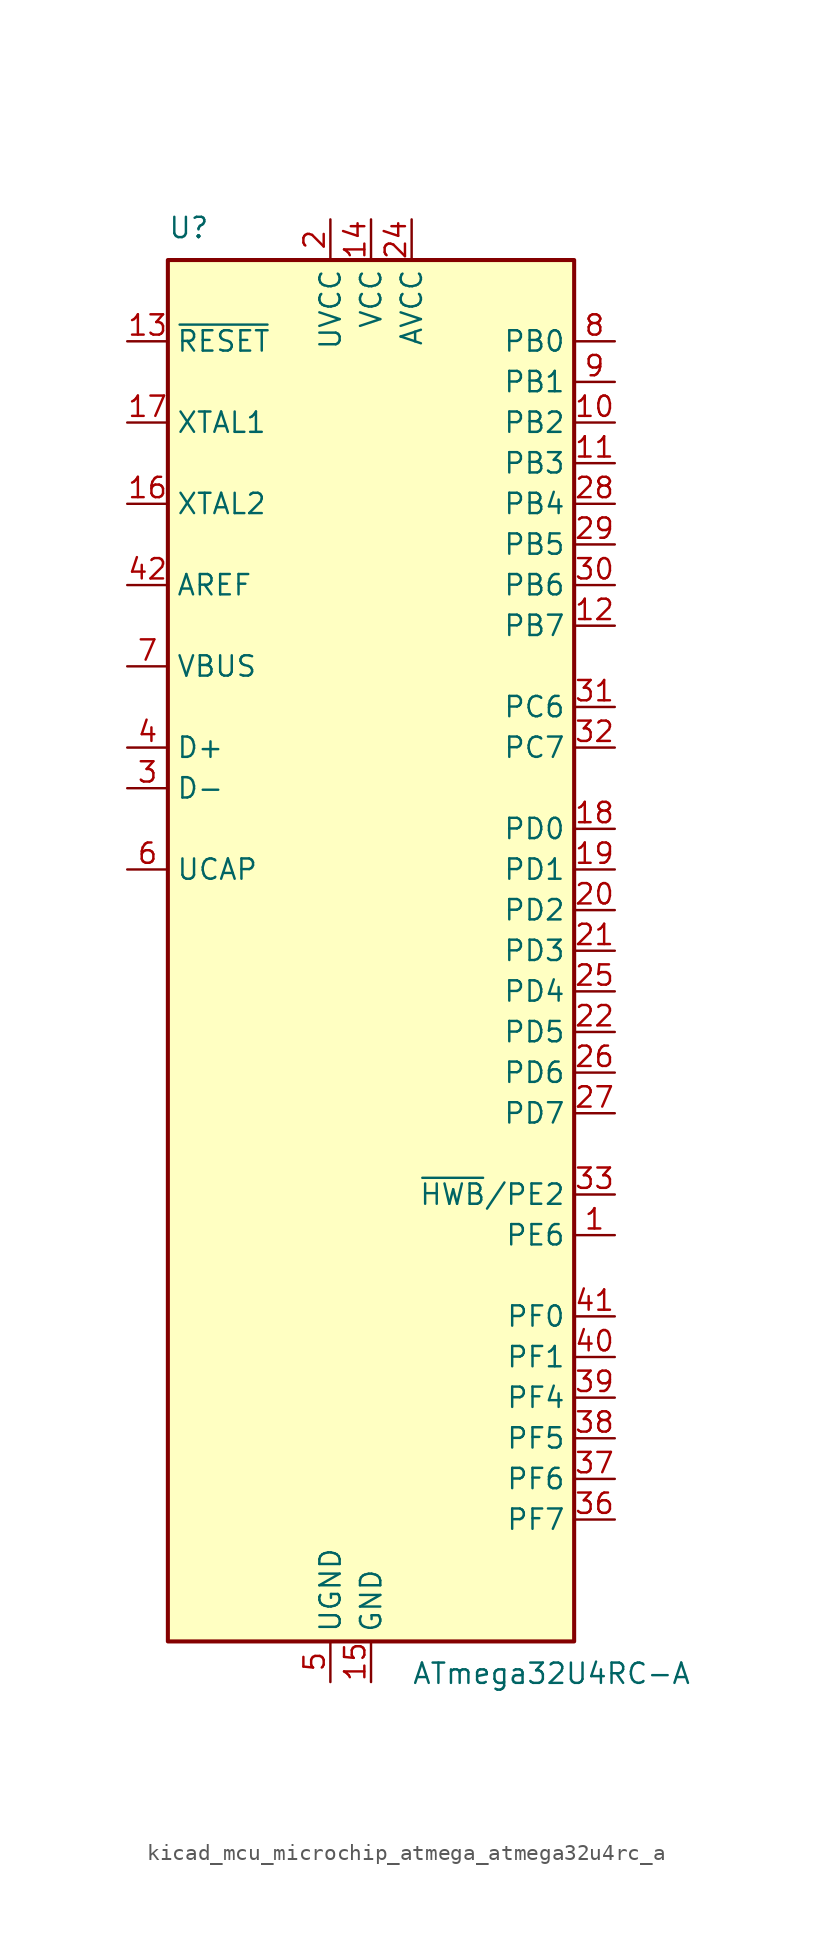
<source format=kicad_sym>
(kicad_symbol_lib
  (version 20220914)
  (generator kicad_symbol_editor)
  (symbol "kicad_mcu_microchip_atmega_atmega32u4rc_a"
    (property "Reference" "U"
      (at -12.7 44.45 0)
      (effects (font (size 1.27 1.27)) (justify left bottom)))
    (property "Value" "ATmega32U4RC-A"
      (at 2.54 -44.45 0)
      (effects (font (size 1.27 1.27)) (justify left top)))
    (symbol "kicad_mcu_microchip_atmega_atmega32u4rc_a_0_1"
      (rectangle (start -12.7 -43.18) (end 12.7 43.18) (stroke (width 0.254) (type default)) (fill (type background))))
    (symbol "kicad_mcu_microchip_atmega_atmega32u4rc_a_1_1"
      (pin bidirectional line (at 15.24 -17.78 180) (length 2.54) (name "PE6" (effects (font (size 1.27 1.27)))) (number "1" (effects (font (size 1.27 1.27)))))
      (pin bidirectional line (at 15.24 33.02 180) (length 2.54) (name "PB2" (effects (font (size 1.27 1.27)))) (number "10" (effects (font (size 1.27 1.27)))))
      (pin bidirectional line (at 15.24 30.48 180) (length 2.54) (name "PB3" (effects (font (size 1.27 1.27)))) (number "11" (effects (font (size 1.27 1.27)))))
      (pin bidirectional line (at 15.24 20.32 180) (length 2.54) (name "PB7" (effects (font (size 1.27 1.27)))) (number "12" (effects (font (size 1.27 1.27)))))
      (pin input line (at -15.24 38.1 0) (length 2.54) (name "~{RESET}" (effects (font (size 1.27 1.27)))) (number "13" (effects (font (size 1.27 1.27)))))
      (pin power_in line (at 0 45.72 270) (length 2.54) (name "VCC" (effects (font (size 1.27 1.27)))) (number "14" (effects (font (size 1.27 1.27)))))
      (pin power_in line (at 0 -45.72 90) (length 2.54) (name "GND" (effects (font (size 1.27 1.27)))) (number "15" (effects (font (size 1.27 1.27)))))
      (pin output line (at -15.24 27.94 0) (length 2.54) (name "XTAL2" (effects (font (size 1.27 1.27)))) (number "16" (effects (font (size 1.27 1.27)))))
      (pin input line (at -15.24 33.02 0) (length 2.54) (name "XTAL1" (effects (font (size 1.27 1.27)))) (number "17" (effects (font (size 1.27 1.27)))))
      (pin bidirectional line (at 15.24 7.62 180) (length 2.54) (name "PD0" (effects (font (size 1.27 1.27)))) (number "18" (effects (font (size 1.27 1.27)))))
      (pin bidirectional line (at 15.24 5.08 180) (length 2.54) (name "PD1" (effects (font (size 1.27 1.27)))) (number "19" (effects (font (size 1.27 1.27)))))
      (pin power_in line (at -2.54 45.72 270) (length 2.54) (name "UVCC" (effects (font (size 1.27 1.27)))) (number "2" (effects (font (size 1.27 1.27)))))
      (pin bidirectional line (at 15.24 2.54 180) (length 2.54) (name "PD2" (effects (font (size 1.27 1.27)))) (number "20" (effects (font (size 1.27 1.27)))))
      (pin bidirectional line (at 15.24 0 180) (length 2.54) (name "PD3" (effects (font (size 1.27 1.27)))) (number "21" (effects (font (size 1.27 1.27)))))
      (pin bidirectional line (at 15.24 -5.08 180) (length 2.54) (name "PD5" (effects (font (size 1.27 1.27)))) (number "22" (effects (font (size 1.27 1.27)))))
      (pin passive line (at 0 -45.72 90) (length 2.54) hide (name "GND" (effects (font (size 1.27 1.27)))) (number "23" (effects (font (size 1.27 1.27)))))
      (pin power_in line (at 2.54 45.72 270) (length 2.54) (name "AVCC" (effects (font (size 1.27 1.27)))) (number "24" (effects (font (size 1.27 1.27)))))
      (pin bidirectional line (at 15.24 -2.54 180) (length 2.54) (name "PD4" (effects (font (size 1.27 1.27)))) (number "25" (effects (font (size 1.27 1.27)))))
      (pin bidirectional line (at 15.24 -7.62 180) (length 2.54) (name "PD6" (effects (font (size 1.27 1.27)))) (number "26" (effects (font (size 1.27 1.27)))))
      (pin bidirectional line (at 15.24 -10.16 180) (length 2.54) (name "PD7" (effects (font (size 1.27 1.27)))) (number "27" (effects (font (size 1.27 1.27)))))
      (pin bidirectional line (at 15.24 27.94 180) (length 2.54) (name "PB4" (effects (font (size 1.27 1.27)))) (number "28" (effects (font (size 1.27 1.27)))))
      (pin bidirectional line (at 15.24 25.4 180) (length 2.54) (name "PB5" (effects (font (size 1.27 1.27)))) (number "29" (effects (font (size 1.27 1.27)))))
      (pin bidirectional line (at -15.24 10.16 0) (length 2.54) (name "D-" (effects (font (size 1.27 1.27)))) (number "3" (effects (font (size 1.27 1.27)))))
      (pin bidirectional line (at 15.24 22.86 180) (length 2.54) (name "PB6" (effects (font (size 1.27 1.27)))) (number "30" (effects (font (size 1.27 1.27)))))
      (pin bidirectional line (at 15.24 15.24 180) (length 2.54) (name "PC6" (effects (font (size 1.27 1.27)))) (number "31" (effects (font (size 1.27 1.27)))))
      (pin bidirectional line (at 15.24 12.7 180) (length 2.54) (name "PC7" (effects (font (size 1.27 1.27)))) (number "32" (effects (font (size 1.27 1.27)))))
      (pin bidirectional line (at 15.24 -15.24 180) (length 2.54) (name "~{HWB}/PE2" (effects (font (size 1.27 1.27)))) (number "33" (effects (font (size 1.27 1.27)))))
      (pin passive line (at 0 45.72 270) (length 2.54) hide (name "VCC" (effects (font (size 1.27 1.27)))) (number "34" (effects (font (size 1.27 1.27)))))
      (pin passive line (at 0 -45.72 90) (length 2.54) hide (name "GND" (effects (font (size 1.27 1.27)))) (number "35" (effects (font (size 1.27 1.27)))))
      (pin bidirectional line (at 15.24 -35.56 180) (length 2.54) (name "PF7" (effects (font (size 1.27 1.27)))) (number "36" (effects (font (size 1.27 1.27)))))
      (pin bidirectional line (at 15.24 -33.02 180) (length 2.54) (name "PF6" (effects (font (size 1.27 1.27)))) (number "37" (effects (font (size 1.27 1.27)))))
      (pin bidirectional line (at 15.24 -30.48 180) (length 2.54) (name "PF5" (effects (font (size 1.27 1.27)))) (number "38" (effects (font (size 1.27 1.27)))))
      (pin bidirectional line (at 15.24 -27.94 180) (length 2.54) (name "PF4" (effects (font (size 1.27 1.27)))) (number "39" (effects (font (size 1.27 1.27)))))
      (pin bidirectional line (at -15.24 12.7 0) (length 2.54) (name "D+" (effects (font (size 1.27 1.27)))) (number "4" (effects (font (size 1.27 1.27)))))
      (pin bidirectional line (at 15.24 -25.4 180) (length 2.54) (name "PF1" (effects (font (size 1.27 1.27)))) (number "40" (effects (font (size 1.27 1.27)))))
      (pin bidirectional line (at 15.24 -22.86 180) (length 2.54) (name "PF0" (effects (font (size 1.27 1.27)))) (number "41" (effects (font (size 1.27 1.27)))))
      (pin passive line (at -15.24 22.86 0) (length 2.54) (name "AREF" (effects (font (size 1.27 1.27)))) (number "42" (effects (font (size 1.27 1.27)))))
      (pin passive line (at 0 -45.72 90) (length 2.54) hide (name "GND" (effects (font (size 1.27 1.27)))) (number "43" (effects (font (size 1.27 1.27)))))
      (pin passive line (at 2.54 45.72 270) (length 2.54) hide (name "AVCC" (effects (font (size 1.27 1.27)))) (number "44" (effects (font (size 1.27 1.27)))))
      (pin passive line (at -2.54 -45.72 90) (length 2.54) (name "UGND" (effects (font (size 1.27 1.27)))) (number "5" (effects (font (size 1.27 1.27)))))
      (pin passive line (at -15.24 5.08 0) (length 2.54) (name "UCAP" (effects (font (size 1.27 1.27)))) (number "6" (effects (font (size 1.27 1.27)))))
      (pin input line (at -15.24 17.78 0) (length 2.54) (name "VBUS" (effects (font (size 1.27 1.27)))) (number "7" (effects (font (size 1.27 1.27)))))
      (pin bidirectional line (at 15.24 38.1 180) (length 2.54) (name "PB0" (effects (font (size 1.27 1.27)))) (number "8" (effects (font (size 1.27 1.27)))))
      (pin bidirectional line (at 15.24 35.56 180) (length 2.54) (name "PB1" (effects (font (size 1.27 1.27)))) (number "9" (effects (font (size 1.27 1.27))))))))
</source>
